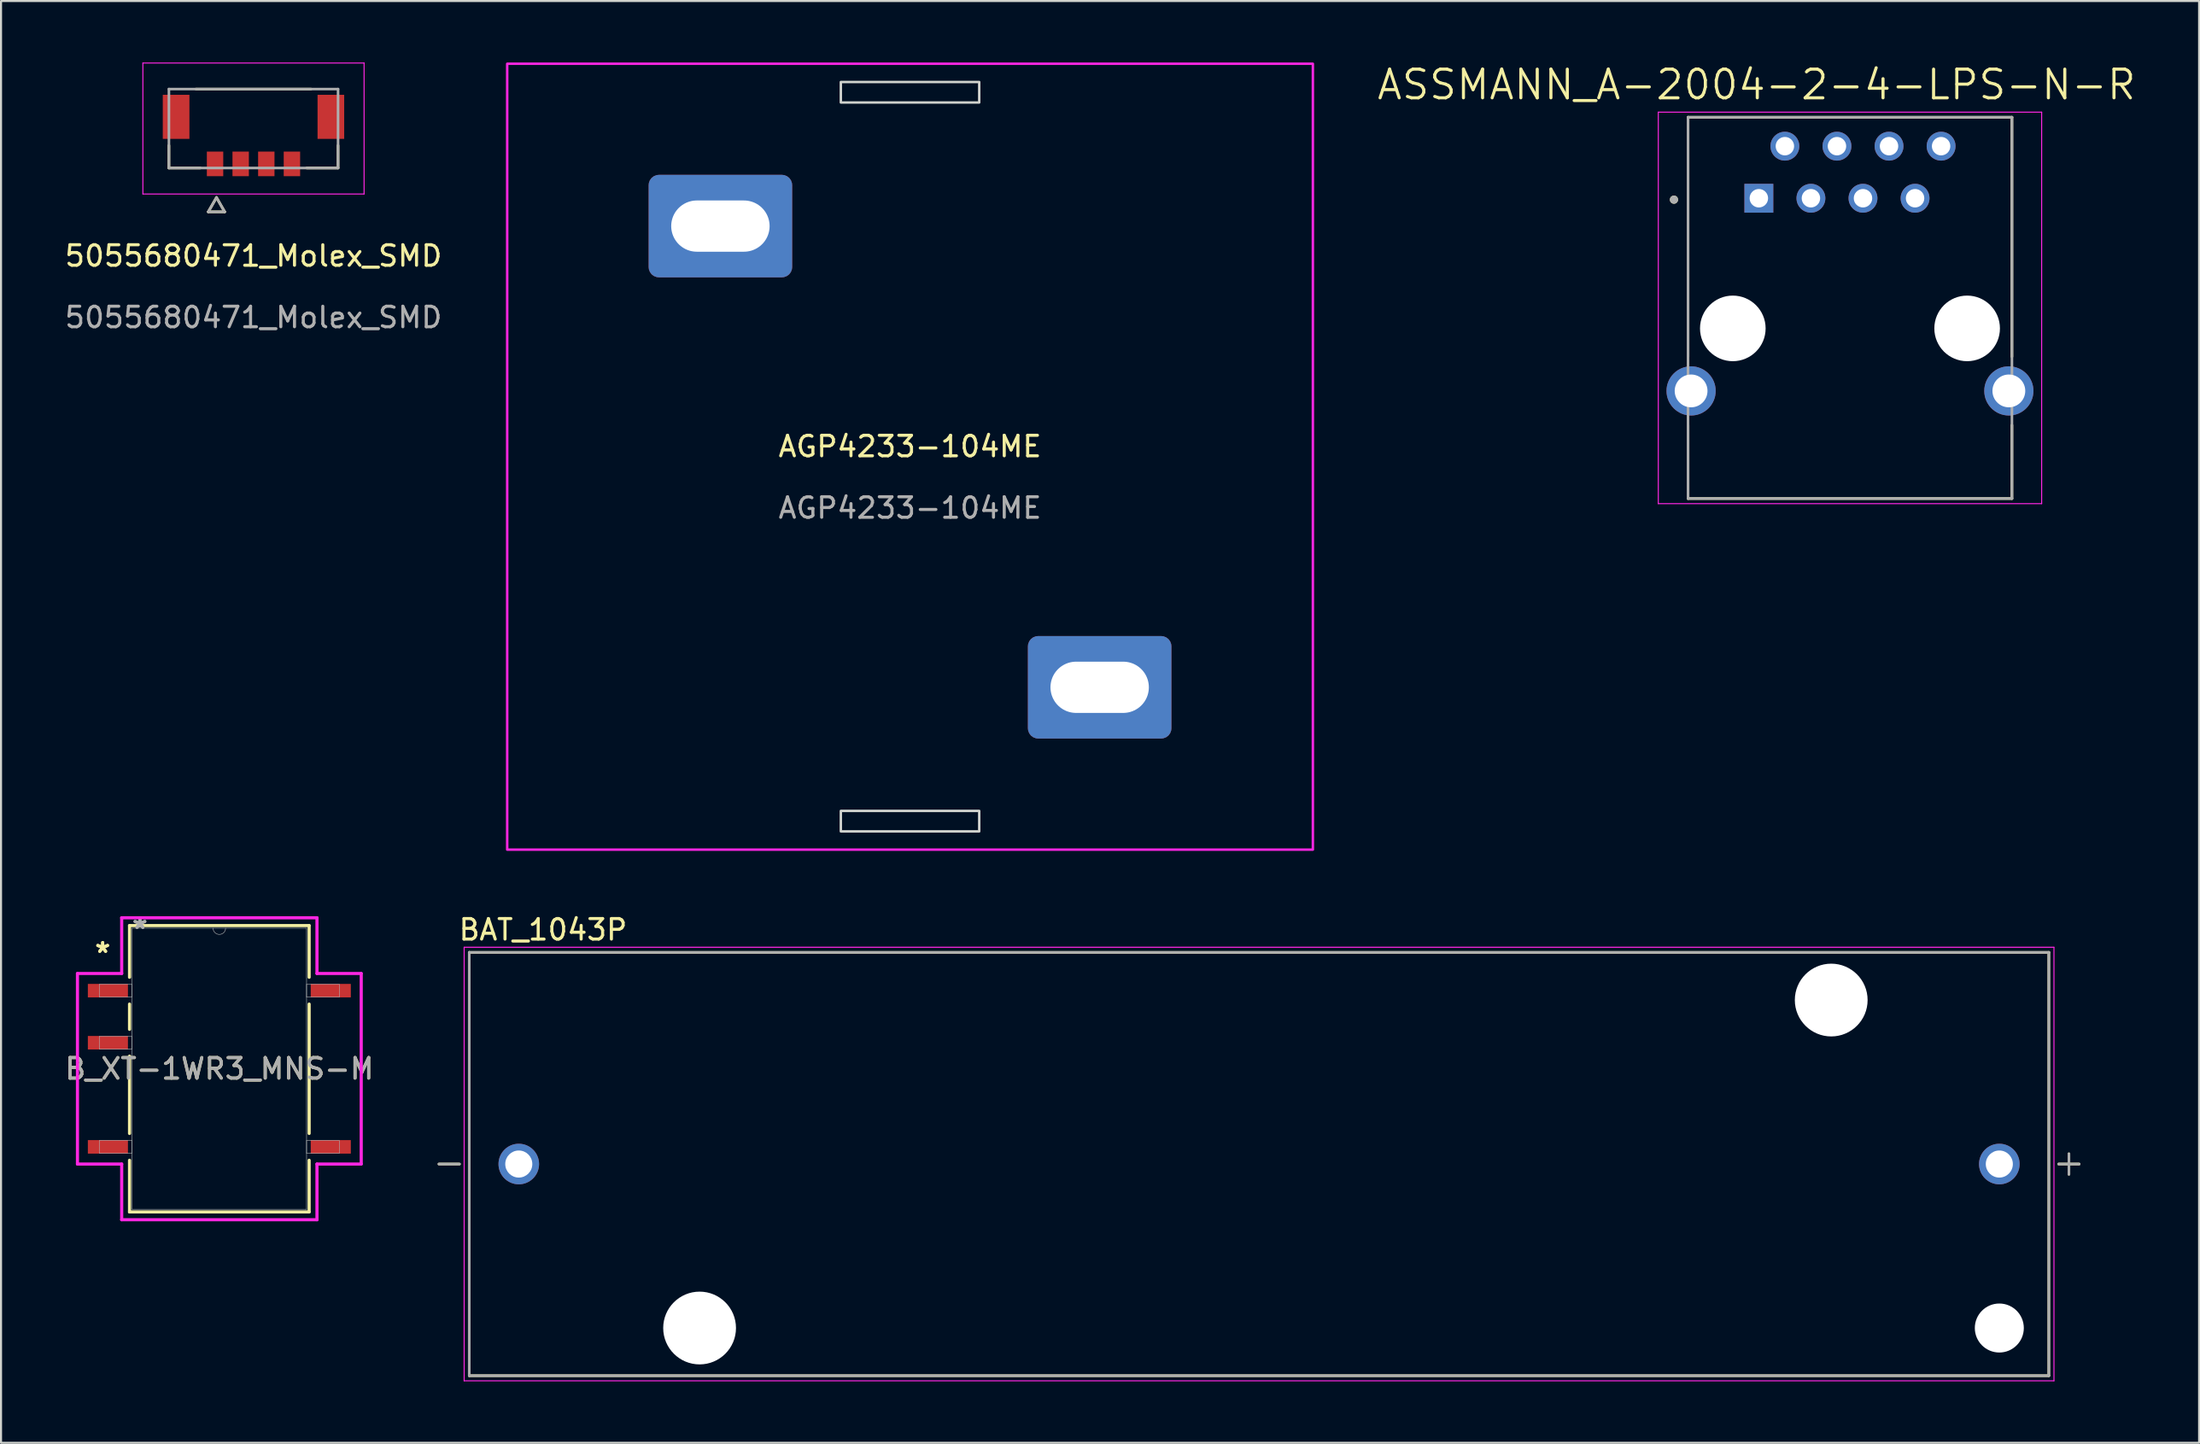
<source format=kicad_pcb>
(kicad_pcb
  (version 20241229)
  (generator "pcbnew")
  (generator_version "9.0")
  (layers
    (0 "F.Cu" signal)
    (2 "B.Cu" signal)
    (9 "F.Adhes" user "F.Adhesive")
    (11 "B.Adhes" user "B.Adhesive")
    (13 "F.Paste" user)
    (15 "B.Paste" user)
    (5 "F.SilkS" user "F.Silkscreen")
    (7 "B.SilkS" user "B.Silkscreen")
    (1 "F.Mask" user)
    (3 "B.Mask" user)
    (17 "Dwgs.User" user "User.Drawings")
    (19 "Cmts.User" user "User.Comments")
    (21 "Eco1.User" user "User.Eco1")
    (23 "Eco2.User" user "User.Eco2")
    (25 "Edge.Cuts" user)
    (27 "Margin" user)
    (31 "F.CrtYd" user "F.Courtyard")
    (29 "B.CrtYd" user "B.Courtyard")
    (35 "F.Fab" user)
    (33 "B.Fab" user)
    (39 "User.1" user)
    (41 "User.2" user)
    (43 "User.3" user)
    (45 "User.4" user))
  (footprint "ASSMANN_A-2004-2-4-LPS-N-R"
    (layer "F.Cu")
    (at 87.191 12.971)
    (property "Reference" "ASSMANN_A-2004-2-4-LPS-N-R" (at -4.555 -11.889 0) (layer "F.SilkS") (effects (font (size 1.4 1.4) (thickness 0.15))))
    (attr through_hole)
    (fp_line (start -7.9 -10.3) (end 7.9 -10.3) (stroke (width 0.127) (type solid)) (layer "F.SilkS"))
    (fp_line (start -7.9 1.38) (end -7.9 -10.3) (stroke (width 0.127) (type solid)) (layer "F.SilkS"))
    (fp_line (start -7.9 8.3) (end -7.9 4.72) (stroke (width 0.127) (type solid)) (layer "F.SilkS"))
    (fp_line (start 7.9 -10.3) (end 7.9 1.38) (stroke (width 0.127) (type solid)) (layer "F.SilkS"))
    (fp_line (start 7.9 4.72) (end 7.9 8.3) (stroke (width 0.127) (type solid)) (layer "F.SilkS"))
    (fp_line (start 7.9 8.3) (end -7.9 8.3) (stroke (width 0.127) (type solid)) (layer "F.SilkS"))
    (fp_circle (center -8.586 -6.281) (end -8.486 -6.281) (stroke (width 0.2) (type solid)) (fill no) (layer "F.SilkS"))
    (fp_line (start -9.35 -10.55) (end -9.35 8.55) (stroke (width 0.05) (type solid)) (layer "F.CrtYd"))
    (fp_line (start -9.35 8.55) (end 9.35 8.55) (stroke (width 0.05) (type solid)) (layer "F.CrtYd"))
    (fp_line (start 9.35 -10.55) (end -9.35 -10.55) (stroke (width 0.05) (type solid)) (layer "F.CrtYd"))
    (fp_line (start 9.35 8.55) (end 9.35 -10.55) (stroke (width 0.05) (type solid)) (layer "F.CrtYd"))
    (fp_line (start -7.9 -10.3) (end 7.9 -10.3) (stroke (width 0.127) (type solid)) (layer "F.Fab"))
    (fp_line (start -7.9 8.3) (end -7.9 -10.3) (stroke (width 0.127) (type solid)) (layer "F.Fab"))
    (fp_line (start 7.9 -10.3) (end 7.9 8.3) (stroke (width 0.127) (type solid)) (layer "F.Fab"))
    (fp_line (start 7.9 8.3) (end -7.9 8.3) (stroke (width 0.127) (type solid)) (layer "F.Fab"))
    (fp_circle (center -8.586 -6.281) (end -8.486 -6.281) (stroke (width 0.2) (type solid)) (fill no) (layer "F.Fab"))
    (pad "" np_thru_hole circle (at -5.715 0) (size 3.2 3.2) (drill 3.2) (layers "*.Cu" "*.Mask"))
    (pad "" np_thru_hole circle (at 5.715 0) (size 3.2 3.2) (drill 3.2) (layers "*.Cu" "*.Mask"))
    (pad "1" thru_hole rect (at -4.445 -6.35) (size 1.408 1.408) (drill 0.9) (layers "*.Cu" "*.Mask"))
    (pad "2" thru_hole circle (at -3.175 -8.89) (size 1.408 1.408) (drill 0.9) (layers "*.Cu" "*.Mask"))
    (pad "3" thru_hole circle (at -1.905 -6.35) (size 1.408 1.408) (drill 0.9) (layers "*.Cu" "*.Mask"))
    (pad "4" thru_hole circle (at -0.635 -8.89) (size 1.408 1.408) (drill 0.9) (layers "*.Cu" "*.Mask"))
    (pad "5" thru_hole circle (at 0.635 -6.35) (size 1.408 1.408) (drill 0.9) (layers "*.Cu" "*.Mask"))
    (pad "6" thru_hole circle (at 1.905 -8.89) (size 1.408 1.408) (drill 0.9) (layers "*.Cu" "*.Mask"))
    (pad "7" thru_hole circle (at 3.175 -6.35) (size 1.408 1.408) (drill 0.9) (layers "*.Cu" "*.Mask"))
    (pad "8" thru_hole circle (at 4.445 -8.89) (size 1.408 1.408) (drill 0.9) (layers "*.Cu" "*.Mask"))
    (pad "SH" thru_hole circle (at -7.75 3.05) (size 2.4 2.4) (drill 1.6) (layers "*.Cu" "*.Mask"))
    (pad "SH" thru_hole circle (at 7.75 3.05) (size 2.4 2.4) (drill 1.6) (layers "*.Cu" "*.Mask")))
  (footprint "AGP4233-104ME"
    (layer "F.Cu")
    (at 41.341 19.23)
    (property "Reference" "AGP4233-104ME" (at 0 -0.5 0) (unlocked yes) (layer "F.SilkS") (effects (font (size 1 1) (thickness 0.15))))
    (attr through_hole)
    (fp_rect (start -3.375 -18.28) (end 3.375 -17.28) (stroke (width 0.12) (type default)) (fill no) (layer "Edge.Cuts"))
    (fp_rect (start -3.375 18.28) (end 3.375 17.28) (stroke (width 0.12) (type default)) (fill no) (layer "Edge.Cuts"))
    (fp_rect (start -19.65 -19.17) (end 19.65 19.17) (stroke (width 0.12) (type default)) (fill no) (layer "F.CrtYd"))
    (fp_text user "${REFERENCE}" (at 0 2.5 0) (unlocked yes) (layer "F.Fab") (effects (font (size 1 1) (thickness 0.15))))
    (pad "1" thru_hole roundrect (at -9.25 -11.25) (size 7 5) (drill oval 4.8 2.5) (layers "*.Cu" "*.Mask") (roundrect_rratio 0.1))
    (pad "2" thru_hole roundrect (at 9.25 11.25) (size 7 5) (drill oval 4.8 2.5) (layers "*.Cu" "*.Mask") (roundrect_rratio 0.1)))
  (footprint "BAT_1043P"
    (layer "F.Cu")
    (at 58.366 53.738)
    (property "Reference" "BAT_1043P" (at -34.925 -11.43 0) (layer "F.SilkS") (effects (font (size 1 1) (thickness 0.15))))
    (attr through_hole)
    (fp_line (start -39.005 0) (end -40.005 0) (stroke (width 0.127) (type solid)) (layer "F.SilkS"))
    (fp_line (start -38.525 -10.325) (end 38.525 -10.325) (stroke (width 0.127) (type solid)) (layer "F.SilkS"))
    (fp_line (start -38.525 10.325) (end -38.525 -10.325) (stroke (width 0.127) (type solid)) (layer "F.SilkS"))
    (fp_line (start 38.525 -10.325) (end 38.525 10.325) (stroke (width 0.127) (type solid)) (layer "F.SilkS"))
    (fp_line (start 38.525 10.325) (end -38.525 10.325) (stroke (width 0.127) (type solid)) (layer "F.SilkS"))
    (fp_line (start 39.505 0.5) (end 39.505 -0.5) (stroke (width 0.127) (type solid)) (layer "F.SilkS"))
    (fp_line (start 40.005 0) (end 39.005 0) (stroke (width 0.127) (type solid)) (layer "F.SilkS"))
    (fp_line (start -38.775 -10.575) (end 38.775 -10.575) (stroke (width 0.05) (type solid)) (layer "F.CrtYd"))
    (fp_line (start -38.775 10.575) (end -38.775 -10.575) (stroke (width 0.05) (type solid)) (layer "F.CrtYd"))
    (fp_line (start 38.775 -10.575) (end 38.775 10.575) (stroke (width 0.05) (type solid)) (layer "F.CrtYd"))
    (fp_line (start 38.775 10.575) (end -38.775 10.575) (stroke (width 0.05) (type solid)) (layer "F.CrtYd"))
    (fp_line (start -39.005 0) (end -40.005 0) (stroke (width 0.127) (type solid)) (layer "F.Fab"))
    (fp_line (start -38.525 -10.325) (end 38.525 -10.325) (stroke (width 0.127) (type solid)) (layer "F.Fab"))
    (fp_line (start -38.525 10.325) (end -38.525 -10.325) (stroke (width 0.127) (type solid)) (layer "F.Fab"))
    (fp_line (start 38.525 -10.325) (end 38.525 10.325) (stroke (width 0.127) (type solid)) (layer "F.Fab"))
    (fp_line (start 38.525 10.325) (end -38.525 10.325) (stroke (width 0.127) (type solid)) (layer "F.Fab"))
    (fp_line (start 39.005 0) (end 40.005 0) (stroke (width 0.127) (type solid)) (layer "F.Fab"))
    (fp_line (start 39.505 0.5) (end 39.505 -0.5) (stroke (width 0.127) (type solid)) (layer "F.Fab"))
    (pad "" np_thru_hole circle (at -27.29 8) (size 3.55 3.55) (drill 3.55) (layers "*.Cu" "*.Mask"))
    (pad "" np_thru_hole circle (at 27.91 -8) (size 3.55 3.55) (drill 3.55) (layers "*.Cu" "*.Mask"))
    (pad "" np_thru_hole circle (at 36.11 8) (size 2.39 2.39) (drill 2.39) (layers "*.Cu" "*.Mask"))
    (pad "N" thru_hole circle (at -36.11 0) (size 1.98 1.98) (drill 1.32) (layers "*.Cu" "*.Mask"))
    (pad "P" thru_hole circle (at 36.11 0) (size 1.98 1.98) (drill 1.32) (layers "*.Cu" "*.Mask")))
  (footprint "B_XT-1WR3_MNS-M"
    (layer "F.Cu")
    (at 7.649 49.09)
    (property "Reference" "B_XT-1WR3_MNS-M" (at 0 0 0) (unlocked yes) (layer "F.SilkS") (effects (font (size 1 1) (thickness 0.15))))
    (attr smd)
    (fp_line (start -4.381 -6.985) (end -4.381 -4.464) (stroke (width 0.152) (type solid)) (layer "F.SilkS"))
    (fp_line (start -4.381 -3.156) (end -4.381 -1.924) (stroke (width 0.152) (type solid)) (layer "F.SilkS"))
    (fp_line (start -4.381 -0.616) (end -4.381 3.156) (stroke (width 0.152) (type solid)) (layer "F.SilkS"))
    (fp_line (start -4.381 4.464) (end -4.381 6.985) (stroke (width 0.152) (type solid)) (layer "F.SilkS"))
    (fp_line (start -4.381 6.985) (end 4.381 6.985) (stroke (width 0.152) (type solid)) (layer "F.SilkS"))
    (fp_line (start 4.381 -6.985) (end -4.381 -6.985) (stroke (width 0.152) (type solid)) (layer "F.SilkS"))
    (fp_line (start 4.381 -4.464) (end 4.381 -6.985) (stroke (width 0.152) (type solid)) (layer "F.SilkS"))
    (fp_line (start 4.381 3.156) (end 4.381 -3.156) (stroke (width 0.152) (type solid)) (layer "F.SilkS"))
    (fp_line (start 4.381 6.985) (end 4.381 4.464) (stroke (width 0.152) (type solid)) (layer "F.SilkS"))
    (fp_line (start -6.921 -4.648) (end -4.763 -4.648) (stroke (width 0.152) (type solid)) (layer "F.CrtYd"))
    (fp_line (start -6.921 4.648) (end -6.921 -4.648) (stroke (width 0.152) (type solid)) (layer "F.CrtYd"))
    (fp_line (start -6.921 4.648) (end -4.763 4.648) (stroke (width 0.152) (type solid)) (layer "F.CrtYd"))
    (fp_line (start -4.763 -7.366) (end 4.763 -7.366) (stroke (width 0.152) (type solid)) (layer "F.CrtYd"))
    (fp_line (start -4.763 -4.648) (end -4.763 -7.366) (stroke (width 0.152) (type solid)) (layer "F.CrtYd"))
    (fp_line (start -4.763 7.366) (end -4.763 4.648) (stroke (width 0.152) (type solid)) (layer "F.CrtYd"))
    (fp_line (start 4.763 -7.366) (end 4.763 -4.648) (stroke (width 0.152) (type solid)) (layer "F.CrtYd"))
    (fp_line (start 4.763 4.648) (end 4.763 7.366) (stroke (width 0.152) (type solid)) (layer "F.CrtYd"))
    (fp_line (start 4.763 7.366) (end -4.763 7.366) (stroke (width 0.152) (type solid)) (layer "F.CrtYd"))
    (fp_line (start 6.921 -4.648) (end 4.763 -4.648) (stroke (width 0.152) (type solid)) (layer "F.CrtYd"))
    (fp_line (start 6.921 -4.648) (end 6.921 4.648) (stroke (width 0.152) (type solid)) (layer "F.CrtYd"))
    (fp_line (start 6.921 4.648) (end 4.763 4.648) (stroke (width 0.152) (type solid)) (layer "F.CrtYd"))
    (fp_line (start -5.855 -4.115) (end -5.855 -3.505) (stroke (width 0.025) (type solid)) (layer "F.Fab"))
    (fp_line (start -5.855 -3.505) (end -4.255 -3.505) (stroke (width 0.025) (type solid)) (layer "F.Fab"))
    (fp_line (start -5.855 -1.575) (end -5.855 -0.965) (stroke (width 0.025) (type solid)) (layer "F.Fab"))
    (fp_line (start -5.855 -0.965) (end -4.255 -0.965) (stroke (width 0.025) (type solid)) (layer "F.Fab"))
    (fp_line (start -5.855 3.505) (end -5.855 4.115) (stroke (width 0.025) (type solid)) (layer "F.Fab"))
    (fp_line (start -5.855 4.115) (end -4.255 4.115) (stroke (width 0.025) (type solid)) (layer "F.Fab"))
    (fp_line (start -4.255 -6.858) (end -4.255 6.858) (stroke (width 0.025) (type solid)) (layer "F.Fab"))
    (fp_line (start -4.255 -4.115) (end -5.855 -4.115) (stroke (width 0.025) (type solid)) (layer "F.Fab"))
    (fp_line (start -4.255 -3.505) (end -4.255 -4.115) (stroke (width 0.025) (type solid)) (layer "F.Fab"))
    (fp_line (start -4.255 -1.575) (end -5.855 -1.575) (stroke (width 0.025) (type solid)) (layer "F.Fab"))
    (fp_line (start -4.255 -0.965) (end -4.255 -1.575) (stroke (width 0.025) (type solid)) (layer "F.Fab"))
    (fp_line (start -4.255 3.505) (end -5.855 3.505) (stroke (width 0.025) (type solid)) (layer "F.Fab"))
    (fp_line (start -4.255 4.115) (end -4.255 3.505) (stroke (width 0.025) (type solid)) (layer "F.Fab"))
    (fp_line (start -4.255 6.858) (end 4.255 6.858) (stroke (width 0.025) (type solid)) (layer "F.Fab"))
    (fp_line (start 4.255 -6.858) (end -4.255 -6.858) (stroke (width 0.025) (type solid)) (layer "F.Fab"))
    (fp_line (start 4.255 -4.115) (end 4.255 -3.505) (stroke (width 0.025) (type solid)) (layer "F.Fab"))
    (fp_line (start 4.255 -3.505) (end 5.855 -3.505) (stroke (width 0.025) (type solid)) (layer "F.Fab"))
    (fp_line (start 4.255 3.505) (end 4.255 4.115) (stroke (width 0.025) (type solid)) (layer "F.Fab"))
    (fp_line (start 4.255 4.115) (end 5.855 4.115) (stroke (width 0.025) (type solid)) (layer "F.Fab"))
    (fp_line (start 4.255 6.858) (end 4.255 -6.858) (stroke (width 0.025) (type solid)) (layer "F.Fab"))
    (fp_line (start 5.855 -4.115) (end 4.255 -4.115) (stroke (width 0.025) (type solid)) (layer "F.Fab"))
    (fp_line (start 5.855 -3.505) (end 5.855 -4.115) (stroke (width 0.025) (type solid)) (layer "F.Fab"))
    (fp_line (start 5.855 3.505) (end 4.255 3.505) (stroke (width 0.025) (type solid)) (layer "F.Fab"))
    (fp_line (start 5.855 4.115) (end 5.855 3.505) (stroke (width 0.025) (type solid)) (layer "F.Fab"))
    (fp_arc (start 0.3048 -6.858) (mid 0 -6.5532) (end -0.3048 -6.858) (stroke (width 0.0254) (type solid)) (layer "F.Fab"))
    (fp_text user "*" (at -5.69 -5.613 0) (unlocked yes) (layer "F.SilkS") (effects (font (size 1 1) (thickness 0.15))))
    (fp_text user "*" (at -5.69 -5.613 0) (layer "F.SilkS") (effects (font (size 1 1) (thickness 0.15))))
    (fp_text user "*" (at -3.873 -6.782 0) (unlocked yes) (layer "F.Fab") (effects (font (size 1 1) (thickness 0.15))))
    (fp_text user "${REFERENCE}" (at 0 0 0) (unlocked yes) (layer "F.Fab") (effects (font (size 1 1) (thickness 0.15))))
    (fp_text user "*" (at -3.873 -6.782 0) (layer "F.Fab") (effects (font (size 1 1) (thickness 0.15))))
    (pad "1" smd rect (at -5.436 -3.81) (size 1.956 0.66) (layers "F.Cu" "F.Mask" "F.Paste"))
    (pad "2" smd rect (at -5.436 -1.27) (size 1.956 0.66) (layers "F.Cu" "F.Mask" "F.Paste"))
    (pad "4" smd rect (at -5.436 3.81) (size 1.956 0.66) (layers "F.Cu" "F.Mask" "F.Paste"))
    (pad "5" smd rect (at 5.436 3.81) (size 1.956 0.66) (layers "F.Cu" "F.Mask" "F.Paste"))
    (pad "8" smd rect (at 5.436 -3.81) (size 1.956 0.66) (layers "F.Cu" "F.Mask" "F.Paste")))
  (footprint "5055680471_Molex_SMD"
    (layer "F.Cu")
    (at 9.315 3.085)
    (property "Reference" "5055680471_Molex_SMD" (at 0 6.35 0) (unlocked yes) (layer "F.SilkS") (effects (font (size 1 1) (thickness 0.15))))
    (attr smd)
    (fp_poly (pts (xy -4.501 -1.586) (xy -3.049 -1.586) (xy -3.049 0.716) (xy -4.501 0.716)) (stroke (width 0.01) (type solid)) (fill yes) (layer "F.Mask"))
    (fp_poly (pts (xy -2.351 1.184) (xy -1.399 1.184) (xy -1.399 2.536) (xy -2.351 2.536)) (stroke (width 0.01) (type solid)) (fill yes) (layer "F.Mask"))
    (fp_poly (pts (xy -1.101 1.184) (xy -0.149 1.184) (xy -0.149 2.536) (xy -1.101 2.536)) (stroke (width 0.01) (type solid)) (fill yes) (layer "F.Mask"))
    (fp_poly (pts (xy 0.149 1.184) (xy 1.101 1.184) (xy 1.101 2.536) (xy 0.149 2.536)) (stroke (width 0.01) (type solid)) (fill yes) (layer "F.Mask"))
    (fp_poly (pts (xy 1.399 1.184) (xy 2.351 1.184) (xy 2.351 2.536) (xy 1.399 2.536)) (stroke (width 0.01) (type solid)) (fill yes) (layer "F.Mask"))
    (fp_poly (pts (xy 3.049 -1.586) (xy 4.501 -1.586) (xy 4.501 0.716) (xy 3.049 0.716)) (stroke (width 0.01) (type solid)) (fill yes) (layer "F.Mask"))
    (fp_line (start -4.125 2.06) (end -4.125 0.96) (stroke (width 0.127) (type solid)) (layer "F.SilkS"))
    (fp_line (start -2.595 2.06) (end -4.125 2.06) (stroke (width 0.127) (type solid)) (layer "F.SilkS"))
    (fp_line (start -2.205 4.2) (end -1.405 4.2) (stroke (width 0.127) (type solid)) (layer "F.SilkS"))
    (fp_line (start -1.805 3.5) (end -2.205 4.2) (stroke (width 0.127) (type solid)) (layer "F.SilkS"))
    (fp_line (start -1.405 4.2) (end -1.805 3.5) (stroke (width 0.127) (type solid)) (layer "F.SilkS"))
    (fp_line (start 2.805 -1.79) (end -2.805 -1.79) (stroke (width 0.127) (type solid)) (layer "F.SilkS"))
    (fp_line (start 4.125 0.96) (end 4.125 2.06) (stroke (width 0.127) (type solid)) (layer "F.SilkS"))
    (fp_line (start 4.125 2.06) (end 2.595 2.06) (stroke (width 0.127) (type solid)) (layer "F.SilkS"))
    (fp_line (start -5.395 -3.06) (end 5.395 -3.06) (stroke (width 0.05) (type solid)) (layer "F.CrtYd"))
    (fp_line (start -5.395 3.33) (end -5.395 -3.06) (stroke (width 0.05) (type solid)) (layer "F.CrtYd"))
    (fp_line (start -5.395 3.33) (end 5.395 3.33) (stroke (width 0.05) (type solid)) (layer "F.CrtYd"))
    (fp_line (start 5.395 -3.06) (end 5.395 3.33) (stroke (width 0.05) (type solid)) (layer "F.CrtYd"))
    (fp_line (start -4.125 -1.79) (end 4.125 -1.79) (stroke (width 0.127) (type solid)) (layer "F.Fab"))
    (fp_line (start -4.125 2.06) (end -4.125 -1.79) (stroke (width 0.127) (type solid)) (layer "F.Fab"))
    (fp_line (start -2.205 4.2) (end -1.405 4.2) (stroke (width 0.127) (type solid)) (layer "F.Fab"))
    (fp_line (start -1.805 3.5) (end -2.205 4.2) (stroke (width 0.127) (type solid)) (layer "F.Fab"))
    (fp_line (start -1.405 4.2) (end -1.805 3.5) (stroke (width 0.127) (type solid)) (layer "F.Fab"))
    (fp_line (start 4.125 -1.79) (end 4.125 2.06) (stroke (width 0.127) (type solid)) (layer "F.Fab"))
    (fp_line (start 4.125 2.06) (end -4.125 2.06) (stroke (width 0.127) (type solid)) (layer "F.Fab"))
    (fp_text user "${REFERENCE}" (at 0 9.35 0) (unlocked yes) (layer "F.Fab") (effects (font (size 1 1) (thickness 0.15))))
    (pad "1" smd rect (at -1.875 1.86) (size 0.8 1.2) (layers "F.Cu" "F.Paste"))
    (pad "2" smd rect (at -0.625 1.86) (size 0.8 1.2) (layers "F.Cu" "F.Paste"))
    (pad "3" smd rect (at 0.625 1.86) (size 0.8 1.2) (layers "F.Cu" "F.Paste"))
    (pad "4" smd rect (at 1.875 1.86) (size 0.8 1.2) (layers "F.Cu" "F.Paste"))
    (pad "S1" smd rect (at -3.775 -0.435) (size 1.3 2.15) (layers "F.Cu" "F.Paste"))
    (pad "S2" smd rect (at 3.775 -0.435) (size 1.3 2.15) (layers "F.Cu" "F.Paste"))
    (zone (net_name "") (layer "F.Cu") (hatch full 0.508) (connect_pads) (min_thickness 0.01) (filled_areas_thickness no) (keepout (tracks not_allowed) (vias not_allowed) (pads not_allowed) (copperpour not_allowed) (footprints allowed)) (placement (enabled no)) (fill) (polygon (pts (xy 4.49 3.725) (xy 4.49 5.625) (xy 7.04 5.625) (xy 7.04 4.345) (xy 11.59 4.345) (xy 11.59 5.625) (xy 14.14 5.625) (xy 14.14 3.725) (xy 12.44 3.725) (xy 12.44 1.575) (xy 13.34 1.575) (xy 13.34 0.475) (xy 5.29 0.475) (xy 5.29 1.575) (xy 6.19 1.575) (xy 6.19 3.725))))
    (zone (net_name "") (layers "F.Cu" "B.Cu") (hatch full 0.508) (connect_pads) (min_thickness 0.01) (filled_areas_thickness no) (keepout (tracks allowed) (vias not_allowed) (pads allowed) (copperpour allowed) (footprints allowed)) (placement (enabled no)) (fill) (polygon (pts (xy 4.49 3.725) (xy 4.49 5.625) (xy 7.04 5.625) (xy 7.04 4.345) (xy 11.59 4.345) (xy 11.59 5.625) (xy 14.14 5.625) (xy 14.14 3.725) (xy 12.44 3.725) (xy 12.44 1.575) (xy 13.34 1.575) (xy 13.34 0.475) (xy 5.29 0.475) (xy 5.29 1.575) (xy 6.19 1.575) (xy 6.19 3.725)))))
  (gr_rect
    (start -3 -3)
    (end 104.221 67.338)
    (stroke (width 0.1) (type default))
    (fill no)
    (layer "Edge.Cuts")))
</source>
